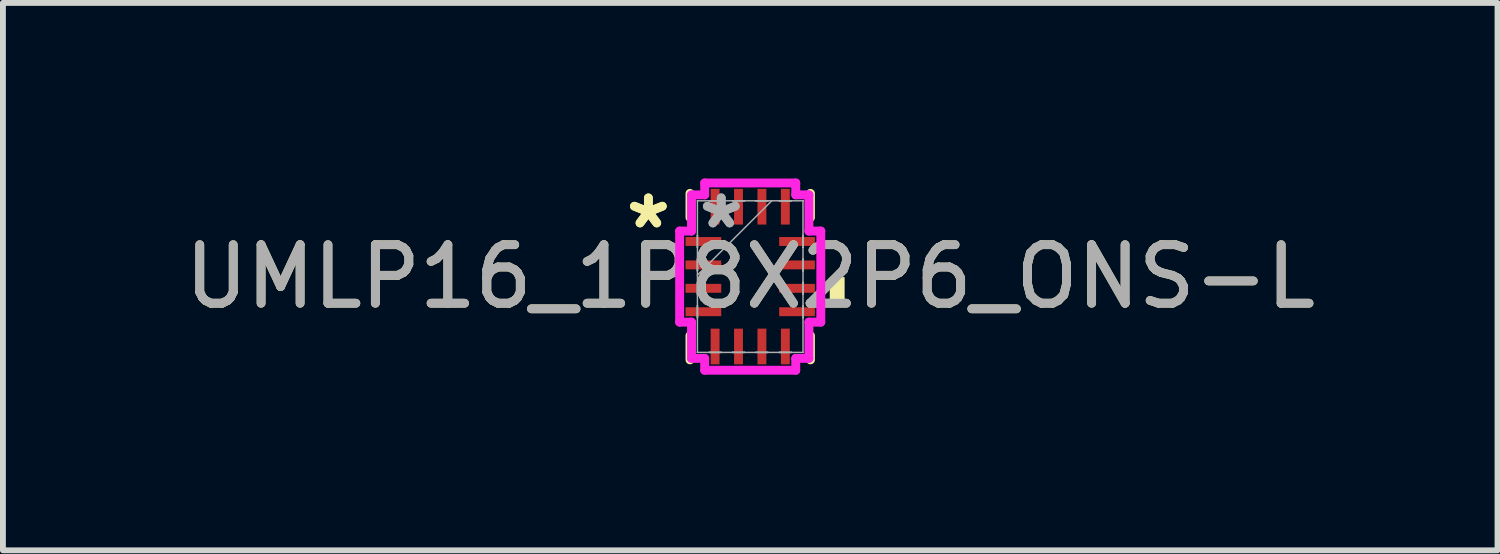
<source format=kicad_pcb>
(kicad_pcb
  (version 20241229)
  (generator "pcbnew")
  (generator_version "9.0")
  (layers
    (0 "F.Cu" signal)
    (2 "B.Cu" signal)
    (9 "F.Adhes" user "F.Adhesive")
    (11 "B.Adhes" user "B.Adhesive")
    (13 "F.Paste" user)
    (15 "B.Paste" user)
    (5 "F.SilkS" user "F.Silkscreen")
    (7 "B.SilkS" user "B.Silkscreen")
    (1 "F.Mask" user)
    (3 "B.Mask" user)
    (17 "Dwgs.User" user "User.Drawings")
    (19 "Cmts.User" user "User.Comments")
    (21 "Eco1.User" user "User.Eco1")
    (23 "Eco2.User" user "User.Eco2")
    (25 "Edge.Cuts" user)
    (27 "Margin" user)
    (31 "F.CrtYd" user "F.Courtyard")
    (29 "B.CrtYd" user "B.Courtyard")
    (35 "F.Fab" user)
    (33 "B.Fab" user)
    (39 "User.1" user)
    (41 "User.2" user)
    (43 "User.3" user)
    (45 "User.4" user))
  (footprint "UMLP16_1P8X2P6_ONS-L"
    (layer "F.Cu")
    (at 9.768 1.676)
    (property "Reference" "UMLP16_1P8X2P6_ONS-L" (at 0 0 0) (unlocked yes) (layer "F.SilkS") (effects (font (size 1 1) (thickness 0.15))))
    (attr smd)
    (fp_line (start -1.029 -1.422) (end -1.029 -1.009) (stroke (width 0.152) (type solid)) (layer "F.SilkS"))
    (fp_line (start -1.029 1.009) (end -1.029 1.422) (stroke (width 0.152) (type solid)) (layer "F.SilkS"))
    (fp_line (start 1.029 -1.009) (end 1.029 -1.422) (stroke (width 0.152) (type solid)) (layer "F.SilkS"))
    (fp_line (start 1.029 1.422) (end 1.029 1.009) (stroke (width 0.152) (type solid)) (layer "F.SilkS"))
    (fp_poly (pts (xy 1.613 0.009) (xy 1.613 0.391) (xy 1.359 0.391) (xy 1.359 0.009)) (stroke (width 0) (type solid)) (fill yes) (layer "F.SilkS"))
    (fp_line (start -1.206 -0.778) (end -1.003 -0.778) (stroke (width 0.152) (type solid)) (layer "F.CrtYd"))
    (fp_line (start -1.206 0.778) (end -1.206 -0.778) (stroke (width 0.152) (type solid)) (layer "F.CrtYd"))
    (fp_line (start -1.003 -1.397) (end -0.778 -1.397) (stroke (width 0.152) (type solid)) (layer "F.CrtYd"))
    (fp_line (start -1.003 -0.778) (end -1.003 -1.397) (stroke (width 0.152) (type solid)) (layer "F.CrtYd"))
    (fp_line (start -1.003 0.778) (end -1.206 0.778) (stroke (width 0.152) (type solid)) (layer "F.CrtYd"))
    (fp_line (start -1.003 1.397) (end -1.003 0.778) (stroke (width 0.152) (type solid)) (layer "F.CrtYd"))
    (fp_line (start -0.778 -1.6) (end 0.778 -1.6) (stroke (width 0.152) (type solid)) (layer "F.CrtYd"))
    (fp_line (start -0.778 -1.397) (end -0.778 -1.6) (stroke (width 0.152) (type solid)) (layer "F.CrtYd"))
    (fp_line (start -0.778 1.397) (end -1.003 1.397) (stroke (width 0.152) (type solid)) (layer "F.CrtYd"))
    (fp_line (start -0.778 1.6) (end -0.778 1.397) (stroke (width 0.152) (type solid)) (layer "F.CrtYd"))
    (fp_line (start 0.778 -1.6) (end 0.778 -1.397) (stroke (width 0.152) (type solid)) (layer "F.CrtYd"))
    (fp_line (start 0.778 -1.397) (end 1.003 -1.397) (stroke (width 0.152) (type solid)) (layer "F.CrtYd"))
    (fp_line (start 0.778 1.397) (end 0.778 1.6) (stroke (width 0.152) (type solid)) (layer "F.CrtYd"))
    (fp_line (start 0.778 1.6) (end -0.778 1.6) (stroke (width 0.152) (type solid)) (layer "F.CrtYd"))
    (fp_line (start 1.003 -1.397) (end 1.003 -0.778) (stroke (width 0.152) (type solid)) (layer "F.CrtYd"))
    (fp_line (start 1.003 -0.778) (end 1.206 -0.778) (stroke (width 0.152) (type solid)) (layer "F.CrtYd"))
    (fp_line (start 1.003 0.778) (end 1.003 1.397) (stroke (width 0.152) (type solid)) (layer "F.CrtYd"))
    (fp_line (start 1.003 1.397) (end 0.778 1.397) (stroke (width 0.152) (type solid)) (layer "F.CrtYd"))
    (fp_line (start 1.206 -0.778) (end 1.206 0.778) (stroke (width 0.152) (type solid)) (layer "F.CrtYd"))
    (fp_line (start 1.206 0.778) (end 1.003 0.778) (stroke (width 0.152) (type solid)) (layer "F.CrtYd"))
    (fp_line (start -0.902 -1.295) (end -0.902 -1.295) (stroke (width 0.025) (type solid)) (layer "F.Fab"))
    (fp_line (start -0.902 -1.295) (end -0.902 1.295) (stroke (width 0.025) (type solid)) (layer "F.Fab"))
    (fp_line (start -0.902 -0.702) (end -0.902 -0.702) (stroke (width 0.025) (type solid)) (layer "F.Fab"))
    (fp_line (start -0.902 -0.702) (end -0.902 -0.498) (stroke (width 0.025) (type solid)) (layer "F.Fab"))
    (fp_line (start -0.902 -0.498) (end -0.902 -0.702) (stroke (width 0.025) (type solid)) (layer "F.Fab"))
    (fp_line (start -0.902 -0.498) (end -0.902 -0.498) (stroke (width 0.025) (type solid)) (layer "F.Fab"))
    (fp_line (start -0.902 -0.302) (end -0.902 -0.302) (stroke (width 0.025) (type solid)) (layer "F.Fab"))
    (fp_line (start -0.902 -0.302) (end -0.902 -0.098) (stroke (width 0.025) (type solid)) (layer "F.Fab"))
    (fp_line (start -0.902 -0.098) (end -0.902 -0.302) (stroke (width 0.025) (type solid)) (layer "F.Fab"))
    (fp_line (start -0.902 -0.098) (end -0.902 -0.098) (stroke (width 0.025) (type solid)) (layer "F.Fab"))
    (fp_line (start -0.902 -0.025) (end 0.368 -1.295) (stroke (width 0.025) (type solid)) (layer "F.Fab"))
    (fp_line (start -0.902 0.098) (end -0.902 0.098) (stroke (width 0.025) (type solid)) (layer "F.Fab"))
    (fp_line (start -0.902 0.098) (end -0.902 0.302) (stroke (width 0.025) (type solid)) (layer "F.Fab"))
    (fp_line (start -0.902 0.302) (end -0.902 0.098) (stroke (width 0.025) (type solid)) (layer "F.Fab"))
    (fp_line (start -0.902 0.302) (end -0.902 0.302) (stroke (width 0.025) (type solid)) (layer "F.Fab"))
    (fp_line (start -0.902 0.498) (end -0.902 0.498) (stroke (width 0.025) (type solid)) (layer "F.Fab"))
    (fp_line (start -0.902 0.498) (end -0.902 0.702) (stroke (width 0.025) (type solid)) (layer "F.Fab"))
    (fp_line (start -0.902 0.702) (end -0.902 0.498) (stroke (width 0.025) (type solid)) (layer "F.Fab"))
    (fp_line (start -0.902 0.702) (end -0.902 0.702) (stroke (width 0.025) (type solid)) (layer "F.Fab"))
    (fp_line (start -0.902 1.295) (end -0.902 1.295) (stroke (width 0.025) (type solid)) (layer "F.Fab"))
    (fp_line (start -0.902 1.295) (end 0.902 1.295) (stroke (width 0.025) (type solid)) (layer "F.Fab"))
    (fp_line (start -0.702 -1.295) (end -0.702 -1.295) (stroke (width 0.025) (type solid)) (layer "F.Fab"))
    (fp_line (start -0.702 -1.295) (end -0.498 -1.295) (stroke (width 0.025) (type solid)) (layer "F.Fab"))
    (fp_line (start -0.702 1.295) (end -0.702 1.295) (stroke (width 0.025) (type solid)) (layer "F.Fab"))
    (fp_line (start -0.702 1.295) (end -0.498 1.295) (stroke (width 0.025) (type solid)) (layer "F.Fab"))
    (fp_line (start -0.498 -1.295) (end -0.702 -1.295) (stroke (width 0.025) (type solid)) (layer "F.Fab"))
    (fp_line (start -0.498 -1.295) (end -0.498 -1.295) (stroke (width 0.025) (type solid)) (layer "F.Fab"))
    (fp_line (start -0.498 1.295) (end -0.702 1.295) (stroke (width 0.025) (type solid)) (layer "F.Fab"))
    (fp_line (start -0.498 1.295) (end -0.498 1.295) (stroke (width 0.025) (type solid)) (layer "F.Fab"))
    (fp_line (start -0.302 -1.295) (end -0.302 -1.295) (stroke (width 0.025) (type solid)) (layer "F.Fab"))
    (fp_line (start -0.302 -1.295) (end -0.098 -1.295) (stroke (width 0.025) (type solid)) (layer "F.Fab"))
    (fp_line (start -0.302 1.295) (end -0.302 1.295) (stroke (width 0.025) (type solid)) (layer "F.Fab"))
    (fp_line (start -0.302 1.295) (end -0.098 1.295) (stroke (width 0.025) (type solid)) (layer "F.Fab"))
    (fp_line (start -0.098 -1.295) (end -0.302 -1.295) (stroke (width 0.025) (type solid)) (layer "F.Fab"))
    (fp_line (start -0.098 -1.295) (end -0.098 -1.295) (stroke (width 0.025) (type solid)) (layer "F.Fab"))
    (fp_line (start -0.098 1.295) (end -0.302 1.295) (stroke (width 0.025) (type solid)) (layer "F.Fab"))
    (fp_line (start -0.098 1.295) (end -0.098 1.295) (stroke (width 0.025) (type solid)) (layer "F.Fab"))
    (fp_line (start 0.098 -1.295) (end 0.098 -1.295) (stroke (width 0.025) (type solid)) (layer "F.Fab"))
    (fp_line (start 0.098 -1.295) (end 0.302 -1.295) (stroke (width 0.025) (type solid)) (layer "F.Fab"))
    (fp_line (start 0.098 1.295) (end 0.098 1.295) (stroke (width 0.025) (type solid)) (layer "F.Fab"))
    (fp_line (start 0.098 1.295) (end 0.302 1.295) (stroke (width 0.025) (type solid)) (layer "F.Fab"))
    (fp_line (start 0.302 -1.295) (end 0.098 -1.295) (stroke (width 0.025) (type solid)) (layer "F.Fab"))
    (fp_line (start 0.302 -1.295) (end 0.302 -1.295) (stroke (width 0.025) (type solid)) (layer "F.Fab"))
    (fp_line (start 0.302 1.295) (end 0.098 1.295) (stroke (width 0.025) (type solid)) (layer "F.Fab"))
    (fp_line (start 0.302 1.295) (end 0.302 1.295) (stroke (width 0.025) (type solid)) (layer "F.Fab"))
    (fp_line (start 0.498 -1.295) (end 0.498 -1.295) (stroke (width 0.025) (type solid)) (layer "F.Fab"))
    (fp_line (start 0.498 -1.295) (end 0.702 -1.295) (stroke (width 0.025) (type solid)) (layer "F.Fab"))
    (fp_line (start 0.498 1.295) (end 0.498 1.295) (stroke (width 0.025) (type solid)) (layer "F.Fab"))
    (fp_line (start 0.498 1.295) (end 0.702 1.295) (stroke (width 0.025) (type solid)) (layer "F.Fab"))
    (fp_line (start 0.702 -1.295) (end 0.498 -1.295) (stroke (width 0.025) (type solid)) (layer "F.Fab"))
    (fp_line (start 0.702 -1.295) (end 0.702 -1.295) (stroke (width 0.025) (type solid)) (layer "F.Fab"))
    (fp_line (start 0.702 1.295) (end 0.498 1.295) (stroke (width 0.025) (type solid)) (layer "F.Fab"))
    (fp_line (start 0.702 1.295) (end 0.702 1.295) (stroke (width 0.025) (type solid)) (layer "F.Fab"))
    (fp_line (start 0.902 -1.295) (end -0.902 -1.295) (stroke (width 0.025) (type solid)) (layer "F.Fab"))
    (fp_line (start 0.902 -1.295) (end 0.902 -1.295) (stroke (width 0.025) (type solid)) (layer "F.Fab"))
    (fp_line (start 0.902 -0.702) (end 0.902 -0.702) (stroke (width 0.025) (type solid)) (layer "F.Fab"))
    (fp_line (start 0.902 -0.702) (end 0.902 -0.498) (stroke (width 0.025) (type solid)) (layer "F.Fab"))
    (fp_line (start 0.902 -0.498) (end 0.902 -0.702) (stroke (width 0.025) (type solid)) (layer "F.Fab"))
    (fp_line (start 0.902 -0.498) (end 0.902 -0.498) (stroke (width 0.025) (type solid)) (layer "F.Fab"))
    (fp_line (start 0.902 -0.302) (end 0.902 -0.302) (stroke (width 0.025) (type solid)) (layer "F.Fab"))
    (fp_line (start 0.902 -0.302) (end 0.902 -0.098) (stroke (width 0.025) (type solid)) (layer "F.Fab"))
    (fp_line (start 0.902 -0.098) (end 0.902 -0.302) (stroke (width 0.025) (type solid)) (layer "F.Fab"))
    (fp_line (start 0.902 -0.098) (end 0.902 -0.098) (stroke (width 0.025) (type solid)) (layer "F.Fab"))
    (fp_line (start 0.902 0.098) (end 0.902 0.098) (stroke (width 0.025) (type solid)) (layer "F.Fab"))
    (fp_line (start 0.902 0.098) (end 0.902 0.302) (stroke (width 0.025) (type solid)) (layer "F.Fab"))
    (fp_line (start 0.902 0.302) (end 0.902 0.098) (stroke (width 0.025) (type solid)) (layer "F.Fab"))
    (fp_line (start 0.902 0.302) (end 0.902 0.302) (stroke (width 0.025) (type solid)) (layer "F.Fab"))
    (fp_line (start 0.902 0.498) (end 0.902 0.498) (stroke (width 0.025) (type solid)) (layer "F.Fab"))
    (fp_line (start 0.902 0.498) (end 0.902 0.702) (stroke (width 0.025) (type solid)) (layer "F.Fab"))
    (fp_line (start 0.902 0.702) (end 0.902 0.498) (stroke (width 0.025) (type solid)) (layer "F.Fab"))
    (fp_line (start 0.902 0.702) (end 0.902 0.702) (stroke (width 0.025) (type solid)) (layer "F.Fab"))
    (fp_line (start 0.902 1.295) (end 0.902 -1.295) (stroke (width 0.025) (type solid)) (layer "F.Fab"))
    (fp_line (start 0.902 1.295) (end 0.902 1.295) (stroke (width 0.025) (type solid)) (layer "F.Fab"))
    (fp_text user "*" (at -1.74 -0.8 0) (layer "F.SilkS") (effects (font (size 1 1) (thickness 0.15))))
    (fp_text user "*" (at -1.74 -0.8 0) (unlocked yes) (layer "F.SilkS") (effects (font (size 1 1) (thickness 0.15))))
    (fp_text user "*" (at -0.495 -0.8 0) (layer "F.Fab") (effects (font (size 1 1) (thickness 0.15))))
    (fp_text user "${REFERENCE}" (at 0 0 0) (unlocked yes) (layer "F.Fab") (effects (font (size 1 1) (thickness 0.15))))
    (fp_text user "*" (at -0.495 -0.8 0) (unlocked yes) (layer "F.Fab") (effects (font (size 1 1) (thickness 0.15))))
    (pad "1" smd rect (at -0.8 -0.6 90) (size 0.152 0.61) (layers "F.Cu" "F.Mask" "F.Paste"))
    (pad "2" smd rect (at -0.8 -0.2 90) (size 0.152 0.61) (layers "F.Cu" "F.Mask" "F.Paste"))
    (pad "3" smd rect (at -0.8 0.2 90) (size 0.152 0.61) (layers "F.Cu" "F.Mask" "F.Paste"))
    (pad "4" smd rect (at -0.8 0.6 90) (size 0.152 0.61) (layers "F.Cu" "F.Mask" "F.Paste"))
    (pad "5" smd rect (at -0.6 1.194) (size 0.152 0.61) (layers "F.Cu" "F.Mask" "F.Paste"))
    (pad "6" smd rect (at -0.2 1.194) (size 0.152 0.61) (layers "F.Cu" "F.Mask" "F.Paste"))
    (pad "7" smd rect (at 0.2 1.194) (size 0.152 0.61) (layers "F.Cu" "F.Mask" "F.Paste"))
    (pad "8" smd rect (at 0.6 1.194) (size 0.152 0.61) (layers "F.Cu" "F.Mask" "F.Paste"))
    (pad "9" smd rect (at 0.8 0.6 90) (size 0.152 0.61) (layers "F.Cu" "F.Mask" "F.Paste"))
    (pad "10" smd rect (at 0.8 0.2 90) (size 0.152 0.61) (layers "F.Cu" "F.Mask" "F.Paste"))
    (pad "11" smd rect (at 0.8 -0.2 90) (size 0.152 0.61) (layers "F.Cu" "F.Mask" "F.Paste"))
    (pad "12" smd rect (at 0.8 -0.6 90) (size 0.152 0.61) (layers "F.Cu" "F.Mask" "F.Paste"))
    (pad "13" smd rect (at 0.6 -1.194) (size 0.152 0.61) (layers "F.Cu" "F.Mask" "F.Paste"))
    (pad "14" smd rect (at 0.2 -1.194) (size 0.152 0.61) (layers "F.Cu" "F.Mask" "F.Paste"))
    (pad "15" smd rect (at -0.2 -1.194) (size 0.152 0.61) (layers "F.Cu" "F.Mask" "F.Paste"))
    (pad "16" smd rect (at -0.6 -1.194) (size 0.152 0.61) (layers "F.Cu" "F.Mask" "F.Paste")))
  (gr_rect
    (start -3 -3)
    (end 22.536 6.353)
    (stroke (width 0.1) (type default))
    (fill no)
    (layer "Edge.Cuts")))
</source>
